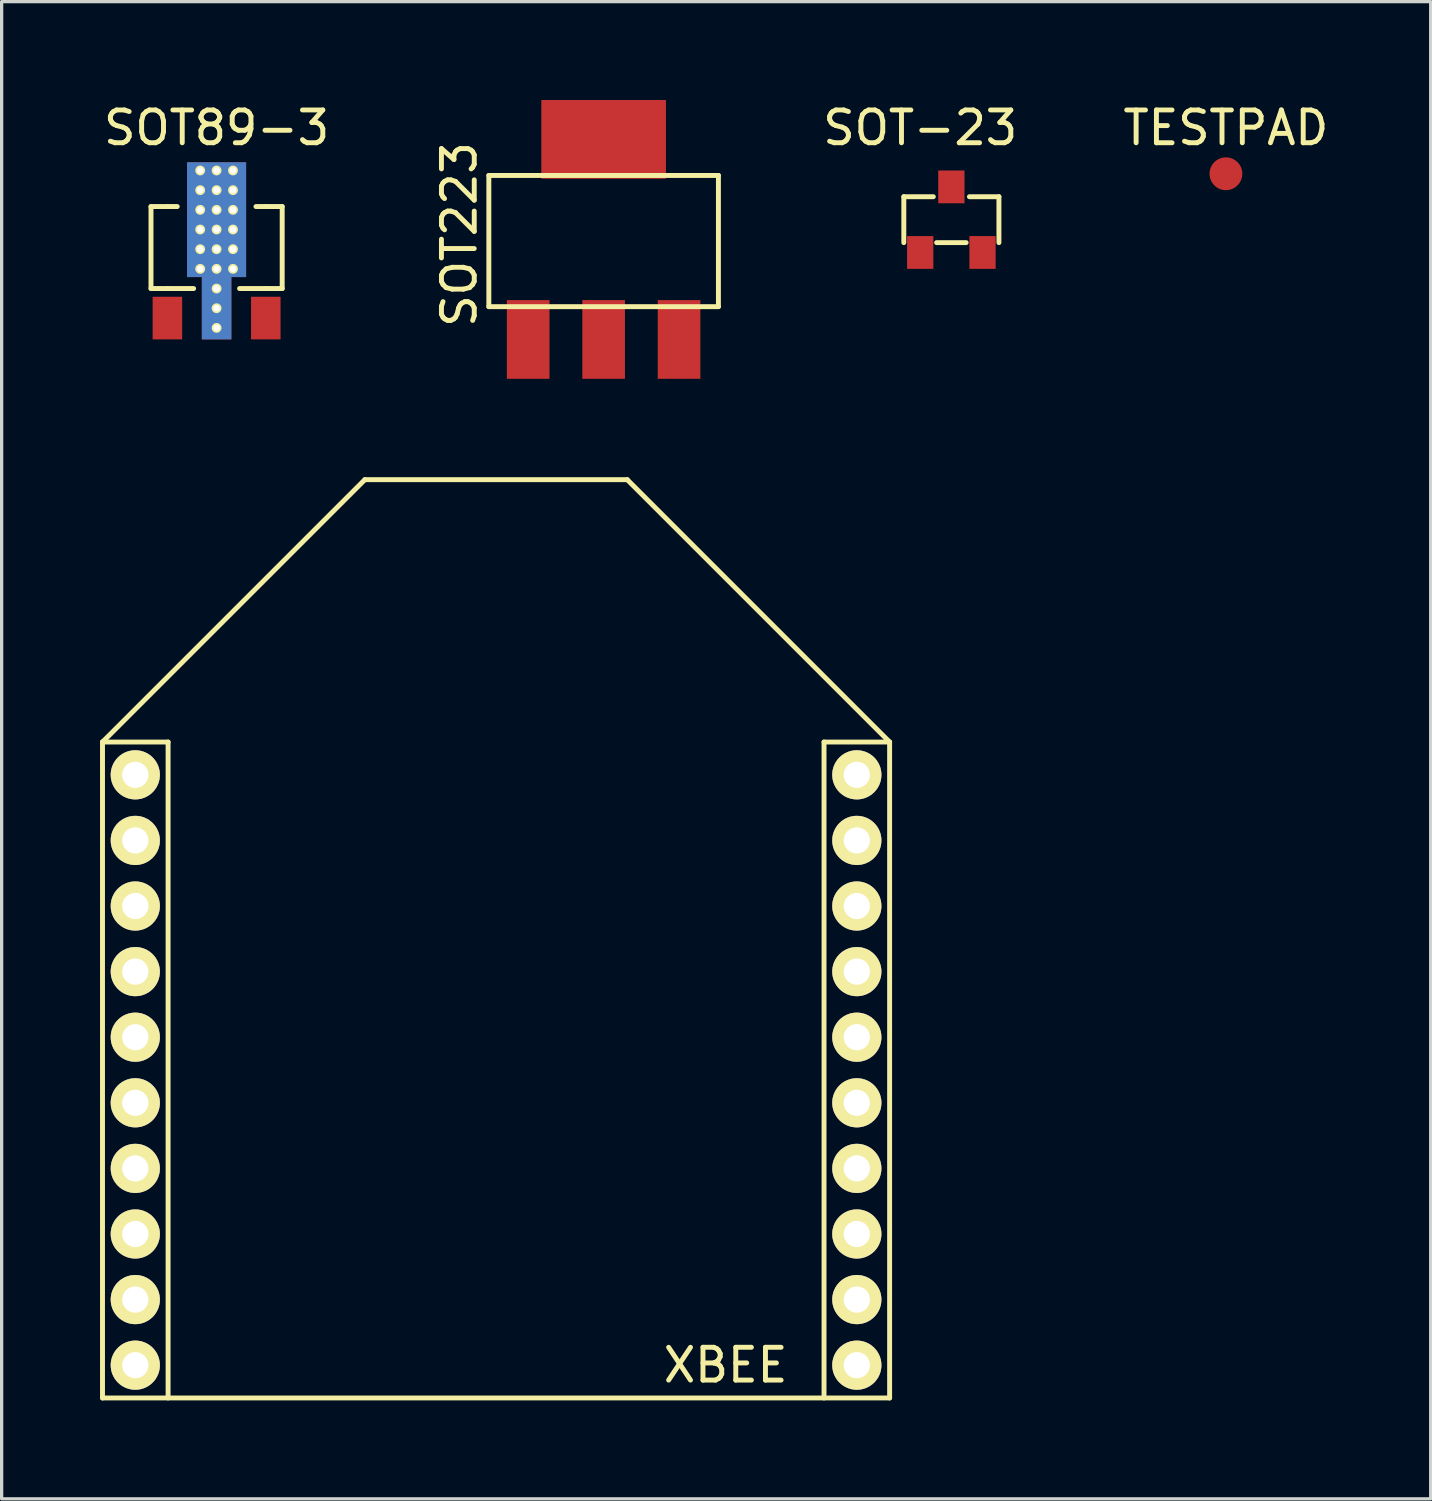
<source format=kicad_pcb>
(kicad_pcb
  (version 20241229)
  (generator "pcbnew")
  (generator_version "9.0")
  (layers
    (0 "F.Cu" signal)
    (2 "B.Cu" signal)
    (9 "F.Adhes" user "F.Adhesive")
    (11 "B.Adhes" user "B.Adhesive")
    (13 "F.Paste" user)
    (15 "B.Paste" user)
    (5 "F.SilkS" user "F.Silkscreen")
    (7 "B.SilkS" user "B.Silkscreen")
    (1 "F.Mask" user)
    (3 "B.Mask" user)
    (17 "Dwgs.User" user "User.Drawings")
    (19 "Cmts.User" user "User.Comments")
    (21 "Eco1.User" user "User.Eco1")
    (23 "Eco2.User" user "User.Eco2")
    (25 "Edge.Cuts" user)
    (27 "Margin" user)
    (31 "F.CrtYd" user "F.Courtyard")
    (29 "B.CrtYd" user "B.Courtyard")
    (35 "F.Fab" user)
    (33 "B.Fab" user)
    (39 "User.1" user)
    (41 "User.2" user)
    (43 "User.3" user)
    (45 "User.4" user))
  (footprint "XBEE"
    (layer "F.Cu")
    (at 1.075 20.575)
    (property "Reference" "XBEE" (at 18 18 0) (layer "F.SilkS") (effects (font (size 1 1) (thickness 0.15))))
    (attr through_hole)
    (fp_line (start -1 -1) (end 7 -9) (stroke (width 0.15) (type solid)) (layer "F.SilkS"))
    (fp_line (start -1 19) (end -1 -1) (stroke (width 0.15) (type solid)) (layer "F.SilkS"))
    (fp_line (start -1 19) (end 23 19) (stroke (width 0.15) (type solid)) (layer "F.SilkS"))
    (fp_line (start 1 -1) (end -1 -1) (stroke (width 0.15) (type solid)) (layer "F.SilkS"))
    (fp_line (start 1 19) (end 1 -1) (stroke (width 0.15) (type solid)) (layer "F.SilkS"))
    (fp_line (start 7 -9) (end 15 -9) (stroke (width 0.15) (type solid)) (layer "F.SilkS"))
    (fp_line (start 21 -1) (end 23 -1) (stroke (width 0.15) (type solid)) (layer "F.SilkS"))
    (fp_line (start 21 19) (end 21 -1) (stroke (width 0.15) (type solid)) (layer "F.SilkS"))
    (fp_line (start 23 -1) (end 15 -9) (stroke (width 0.15) (type solid)) (layer "F.SilkS"))
    (fp_line (start 23 19) (end 23 -1) (stroke (width 0.15) (type solid)) (layer "F.SilkS"))
    (pad "1" thru_hole circle (at 0 0) (size 1.5 1.5) (drill 0.8) (layers "*.Cu" "*.Mask" "F.SilkS"))
    (pad "2" thru_hole circle (at 0 2) (size 1.5 1.5) (drill 0.8) (layers "*.Cu" "*.Mask" "F.SilkS"))
    (pad "3" thru_hole circle (at 0 4) (size 1.5 1.5) (drill 0.8) (layers "*.Cu" "*.Mask" "F.SilkS"))
    (pad "4" thru_hole circle (at 0 6) (size 1.5 1.5) (drill 0.8) (layers "*.Cu" "*.Mask" "F.SilkS"))
    (pad "5" thru_hole circle (at 0 8) (size 1.5 1.5) (drill 0.8) (layers "*.Cu" "*.Mask" "F.SilkS"))
    (pad "6" thru_hole circle (at 0 10) (size 1.5 1.5) (drill 0.8) (layers "*.Cu" "*.Mask" "F.SilkS"))
    (pad "7" thru_hole circle (at 0 12) (size 1.5 1.5) (drill 0.8) (layers "*.Cu" "*.Mask" "F.SilkS"))
    (pad "8" thru_hole circle (at 0 14) (size 1.5 1.5) (drill 0.8) (layers "*.Cu" "*.Mask" "F.SilkS"))
    (pad "9" thru_hole circle (at 0 16) (size 1.5 1.5) (drill 0.8) (layers "*.Cu" "*.Mask" "F.SilkS"))
    (pad "10" thru_hole circle (at 0 18) (size 1.5 1.5) (drill 0.8) (layers "*.Cu" "*.Mask" "F.SilkS"))
    (pad "11" thru_hole circle (at 22 18) (size 1.5 1.5) (drill 0.8) (layers "*.Cu" "*.Mask" "F.SilkS"))
    (pad "12" thru_hole circle (at 22 16) (size 1.5 1.5) (drill 0.8) (layers "*.Cu" "*.Mask" "F.SilkS"))
    (pad "13" thru_hole circle (at 22 14) (size 1.5 1.5) (drill 0.8) (layers "*.Cu" "*.Mask" "F.SilkS"))
    (pad "14" thru_hole circle (at 22 12) (size 1.5 1.5) (drill 0.8) (layers "*.Cu" "*.Mask" "F.SilkS"))
    (pad "15" thru_hole circle (at 22 10) (size 1.5 1.5) (drill 0.8) (layers "*.Cu" "*.Mask" "F.SilkS"))
    (pad "16" thru_hole circle (at 22 8) (size 1.5 1.5) (drill 0.8) (layers "*.Cu" "*.Mask" "F.SilkS"))
    (pad "17" thru_hole circle (at 22 6) (size 1.5 1.5) (drill 0.8) (layers "*.Cu" "*.Mask" "F.SilkS"))
    (pad "18" thru_hole circle (at 22 4) (size 1.5 1.5) (drill 0.8) (layers "*.Cu" "*.Mask" "F.SilkS"))
    (pad "19" thru_hole circle (at 22 2) (size 1.5 1.5) (drill 0.8) (layers "*.Cu" "*.Mask" "F.SilkS"))
    (pad "20" thru_hole circle (at 22 0) (size 1.5 1.5) (drill 0.8) (layers "*.Cu" "*.Mask" "F.SilkS")))
  (footprint "SOT-23"
    (layer "F.Cu")
    (at 25.008 4.648)
    (property "Reference" "SOT-23" (at 0 -3.8 0) (layer "F.SilkS") (effects (font (size 1 1) (thickness 0.15))))
    (attr through_hole)
    (fp_line (start -0.5 -1.7) (end 0.4 -1.7) (stroke (width 0.15) (type solid)) (layer "F.SilkS"))
    (fp_line (start -0.5 -0.3) (end -0.5 -1.7) (stroke (width 0.15) (type solid)) (layer "F.SilkS"))
    (fp_line (start 0.5 -0.3) (end 1.4 -0.3) (stroke (width 0.15) (type solid)) (layer "F.SilkS"))
    (fp_line (start 2.4 -1.7) (end 1.5 -1.7) (stroke (width 0.15) (type solid)) (layer "F.SilkS"))
    (fp_line (start 2.4 -1.7) (end 2.4 -0.3) (stroke (width 0.15) (type solid)) (layer "F.SilkS"))
    (pad "1" smd rect (at 0 0) (size 0.8 1) (layers "F.Cu" "F.Mask" "F.Paste"))
    (pad "2" smd rect (at 1.9 0) (size 0.8 1) (layers "F.Cu" "F.Mask" "F.Paste"))
    (pad "3" smd rect (at 0.95 -2) (size 0.8 1) (layers "F.Cu" "F.Mask" "F.Paste")))
  (footprint "SOT223"
    (layer "F.Cu")
    (at 15.355 7.3)
    (property "Reference" "SOT223" (at -4.4 -3.2 90) (layer "F.SilkS") (effects (font (size 1 1) (thickness 0.15))))
    (attr through_hole)
    (fp_line (start -3.5 -5) (end 3.5 -5) (stroke (width 0.15) (type solid)) (layer "F.SilkS"))
    (fp_line (start -3.5 -1) (end -3.5 -5) (stroke (width 0.15) (type solid)) (layer "F.SilkS"))
    (fp_line (start 3.5 -5) (end 3.5 -1) (stroke (width 0.15) (type solid)) (layer "F.SilkS"))
    (fp_line (start 3.5 -1) (end -3.5 -1) (stroke (width 0.15) (type solid)) (layer "F.SilkS"))
    (pad "1" smd rect (at -2.3 0) (size 1.3 2.4) (layers "F.Cu" "F.Mask" "F.Paste"))
    (pad "2" smd rect (at 0 -6.1) (size 3.8 2.4) (layers "F.Cu" "F.Mask" "F.Paste"))
    (pad "2" smd rect (at 0 0) (size 1.3 2.4) (layers "F.Cu" "F.Mask" "F.Paste"))
    (pad "3" smd rect (at 2.3 0) (size 1.3 2.4) (layers "F.Cu" "F.Mask" "F.Paste")))
  (footprint "SOT89-3"
    (layer "F.Cu")
    (at 3.554 6.648)
    (property "Reference" "SOT89-3" (at 0 -5.8 0) (layer "F.SilkS") (effects (font (size 1 1) (thickness 0.15))))
    (attr through_hole)
    (fp_line (start -2 -3.4) (end -2 -0.9) (stroke (width 0.15) (type solid)) (layer "F.SilkS"))
    (fp_line (start -2 -0.9) (end -1.5 -0.9) (stroke (width 0.15) (type solid)) (layer "F.SilkS"))
    (fp_line (start -1.5 -3.4) (end -2 -3.4) (stroke (width 0.15) (type solid)) (layer "F.SilkS"))
    (fp_line (start -1.5 -3.4) (end -1.2 -3.4) (stroke (width 0.15) (type solid)) (layer "F.SilkS"))
    (fp_line (start -1.5 -0.9) (end -0.7 -0.9) (stroke (width 0.15) (type solid)) (layer "F.SilkS"))
    (fp_line (start 1.2 -3.4) (end 1.5 -3.4) (stroke (width 0.15) (type solid)) (layer "F.SilkS"))
    (fp_line (start 1.5 -0.9) (end 0.7 -0.9) (stroke (width 0.15) (type solid)) (layer "F.SilkS"))
    (fp_line (start 1.5 -0.9) (end 2 -0.9) (stroke (width 0.15) (type solid)) (layer "F.SilkS"))
    (fp_line (start 2 -3.4) (end 1.5 -3.4) (stroke (width 0.15) (type solid)) (layer "F.SilkS"))
    (fp_line (start 2 -0.9) (end 2 -3.4) (stroke (width 0.15) (type solid)) (layer "F.SilkS"))
    (pad "1" smd rect (at -1.5 0 180) (size 0.9 1.3) (layers "F.Cu" "F.Mask" "F.Paste"))
    (pad "2" thru_hole circle (at -0.5 -4.5 180) (size 0.3 0.3) (drill 0.2) (layers "*.Cu" "F.Mask" "F.SilkS"))
    (pad "2" thru_hole circle (at -0.5 -3.9 180) (size 0.3 0.3) (drill 0.2) (layers "*.Cu" "F.Mask" "F.SilkS"))
    (pad "2" thru_hole circle (at -0.5 -3.3 180) (size 0.3 0.3) (drill 0.2) (layers "*.Cu" "F.Mask" "F.SilkS"))
    (pad "2" thru_hole circle (at -0.5 -2.7 180) (size 0.3 0.3) (drill 0.2) (layers "*.Cu" "F.Mask" "F.SilkS"))
    (pad "2" thru_hole circle (at -0.5 -2.1 180) (size 0.3 0.3) (drill 0.2) (layers "*.Cu" "F.Mask" "F.SilkS"))
    (pad "2" thru_hole circle (at -0.5 -1.5 180) (size 0.3 0.3) (drill 0.2) (layers "*.Cu" "F.Mask" "F.SilkS"))
    (pad "2" thru_hole circle (at 0 -4.5 180) (size 0.3 0.3) (drill 0.2) (layers "*.Cu" "F.Mask" "F.SilkS"))
    (pad "2" thru_hole circle (at 0 -3.9 180) (size 0.3 0.3) (drill 0.2) (layers "*.Cu" "F.Mask" "F.SilkS"))
    (pad "2" thru_hole circle (at 0 -3.3 180) (size 0.3 0.3) (drill 0.2) (layers "*.Cu" "F.Mask" "F.SilkS"))
    (pad "2" smd rect (at 0 -3 180) (size 1.8 3.5) (layers "F.Cu" "F.Mask" "F.Paste"))
    (pad "2" smd rect (at 0 -3 180) (size 1.8 3.5) (layers "B.Cu"))
    (pad "2" thru_hole circle (at 0 -2.7 180) (size 0.3 0.3) (drill 0.2) (layers "*.Cu" "F.Mask" "F.SilkS"))
    (pad "2" thru_hole circle (at 0 -2.1 180) (size 0.3 0.3) (drill 0.2) (layers "*.Cu" "F.Mask" "F.SilkS"))
    (pad "2" thru_hole circle (at 0 -1.5 180) (size 0.3 0.3) (drill 0.2) (layers "*.Cu" "F.Mask" "F.SilkS"))
    (pad "2" thru_hole circle (at 0 -0.9 180) (size 0.3 0.3) (drill 0.2) (layers "*.Cu" "F.Mask" "F.SilkS"))
    (pad "2" thru_hole circle (at 0 -0.3 180) (size 0.3 0.3) (drill 0.2) (layers "*.Cu" "F.Mask" "F.SilkS"))
    (pad "2" smd rect (at 0 -0.3 180) (size 0.9 1.9) (layers "F.Cu" "F.Mask" "F.Paste"))
    (pad "2" smd rect (at 0 -0.3 180) (size 0.9 1.9) (layers "B.Cu"))
    (pad "2" thru_hole circle (at 0 0.3 180) (size 0.3 0.3) (drill 0.2) (layers "*.Cu" "F.Mask" "F.SilkS"))
    (pad "2" thru_hole circle (at 0.5 -4.5 180) (size 0.3 0.3) (drill 0.2) (layers "*.Cu" "F.Mask" "F.SilkS"))
    (pad "2" thru_hole circle (at 0.5 -3.9 180) (size 0.3 0.3) (drill 0.2) (layers "*.Cu" "F.Mask" "F.SilkS"))
    (pad "2" thru_hole circle (at 0.5 -3.3 180) (size 0.3 0.3) (drill 0.2) (layers "*.Cu" "F.Mask" "F.SilkS"))
    (pad "2" thru_hole circle (at 0.5 -2.7 180) (size 0.3 0.3) (drill 0.2) (layers "*.Cu" "F.Mask" "F.SilkS"))
    (pad "2" thru_hole circle (at 0.5 -2.1 180) (size 0.3 0.3) (drill 0.2) (layers "*.Cu" "F.Mask" "F.SilkS"))
    (pad "2" thru_hole circle (at 0.5 -1.5 180) (size 0.3 0.3) (drill 0.2) (layers "*.Cu" "F.Mask" "F.SilkS"))
    (pad "3" smd rect (at 1.5 0 180) (size 0.9 1.3) (layers "F.Cu" "F.Mask" "F.Paste")))
  (footprint "TESTPAD"
    (layer "F.Cu")
    (at 34.329 2.248)
    (property "Reference" "TESTPAD" (at 0 -1.4 0) (layer "F.SilkS") (effects (font (size 1 1) (thickness 0.15))))
    (attr through_hole)
    (pad "1" smd circle (at 0 0) (size 1 1) (layers "F.Cu" "F.Mask")))
  (gr_rect
    (start -3 -3)
    (end 40.573 42.65)
    (stroke (width 0.1) (type default))
    (fill no)
    (layer "Edge.Cuts")))
</source>
